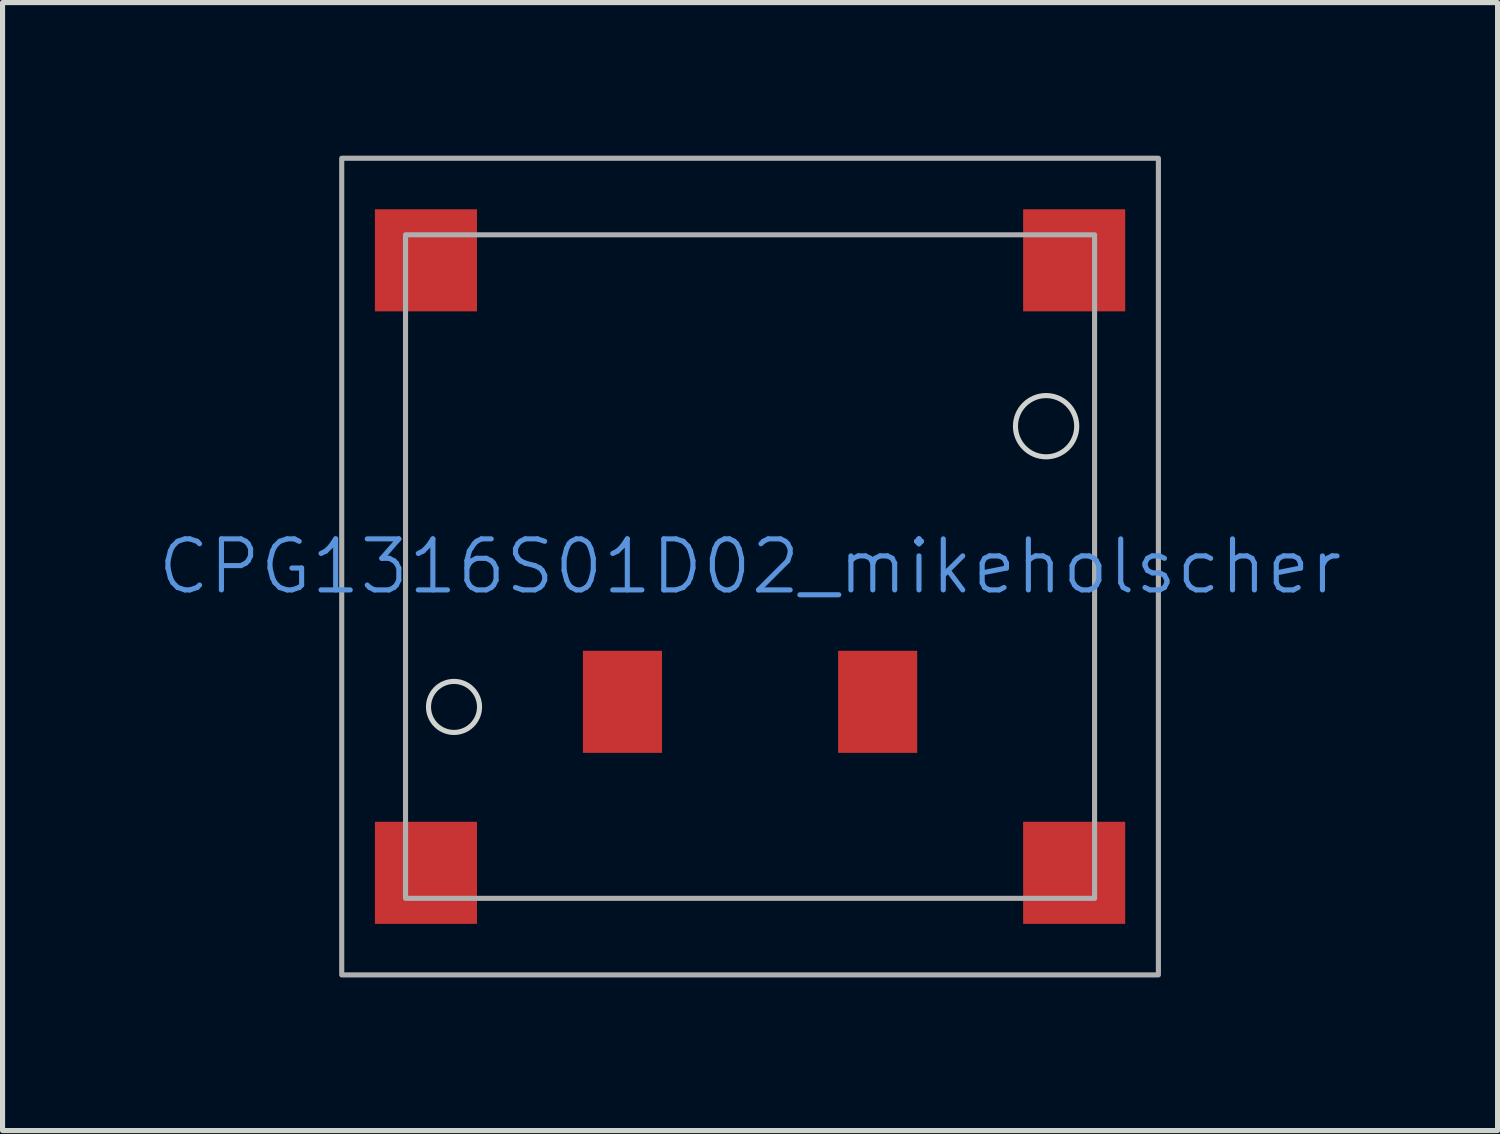
<source format=kicad_pcb>
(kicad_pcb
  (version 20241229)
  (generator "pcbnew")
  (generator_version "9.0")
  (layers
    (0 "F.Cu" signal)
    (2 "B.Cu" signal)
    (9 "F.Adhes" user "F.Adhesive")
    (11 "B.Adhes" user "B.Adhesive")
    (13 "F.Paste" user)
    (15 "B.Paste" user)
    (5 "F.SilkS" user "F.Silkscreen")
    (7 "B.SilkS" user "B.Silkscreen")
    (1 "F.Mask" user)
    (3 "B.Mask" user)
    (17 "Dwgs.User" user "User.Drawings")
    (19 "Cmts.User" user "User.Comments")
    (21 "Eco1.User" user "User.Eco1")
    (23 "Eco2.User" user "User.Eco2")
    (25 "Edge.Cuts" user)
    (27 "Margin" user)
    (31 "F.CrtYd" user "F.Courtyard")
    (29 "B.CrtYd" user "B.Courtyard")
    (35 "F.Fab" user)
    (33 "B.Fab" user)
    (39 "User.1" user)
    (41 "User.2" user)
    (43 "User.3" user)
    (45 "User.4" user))
  (footprint "CPG1316S01D02_mikeholscher"
    (layer "F.Cu")
    (at 11.645 8.05)
    (property "Reference" "CPG1316S01D02_mikeholscher" (at 0 0 0) (unlocked yes) (layer "Cmts.User") (effects (font (size 1 1) (thickness 0.1))))
    (attr smd)
    (fp_circle (center -5.8 2.75) (end -5.3 2.75) (stroke (width 0.1) (type default)) (fill no) (layer "Edge.Cuts"))
    (fp_circle (center 5.8 -2.75) (end 6.4 -2.75) (stroke (width 0.1) (type default)) (fill no) (layer "Edge.Cuts"))
    (fp_rect (start -8 8) (end 8 -8) (stroke (width 0.1) (type default)) (fill no) (layer "F.Fab"))
    (fp_rect (start -6.75 -6.5) (end 6.75 6.5) (stroke (width 0.1) (type default)) (fill no) (layer "F.Fab"))
    (pad "1" smd rect (at -2.5 2.65) (size 1.55 2) (layers "F.Cu" "F.Mask" "F.Paste"))
    (pad "2" smd rect (at 2.5 2.65) (size 1.55 2) (layers "F.Cu" "F.Mask" "F.Paste"))
    (pad "3" smd rect (at -6.35 -6) (size 2 2) (layers "F.Cu" "F.Mask" "F.Paste"))
    (pad "3" smd rect (at -6.35 6) (size 2 2) (layers "F.Cu" "F.Mask" "F.Paste"))
    (pad "3" smd rect (at 6.35 -6) (size 2 2) (layers "F.Cu" "F.Mask" "F.Paste"))
    (pad "3" smd rect (at 6.35 6) (size 2 2) (layers "F.Cu" "F.Mask" "F.Paste")))
  (gr_rect
    (start -3 -3)
    (end 26.29 19.1)
    (stroke (width 0.1) (type default))
    (fill no)
    (layer "Edge.Cuts")))
</source>
